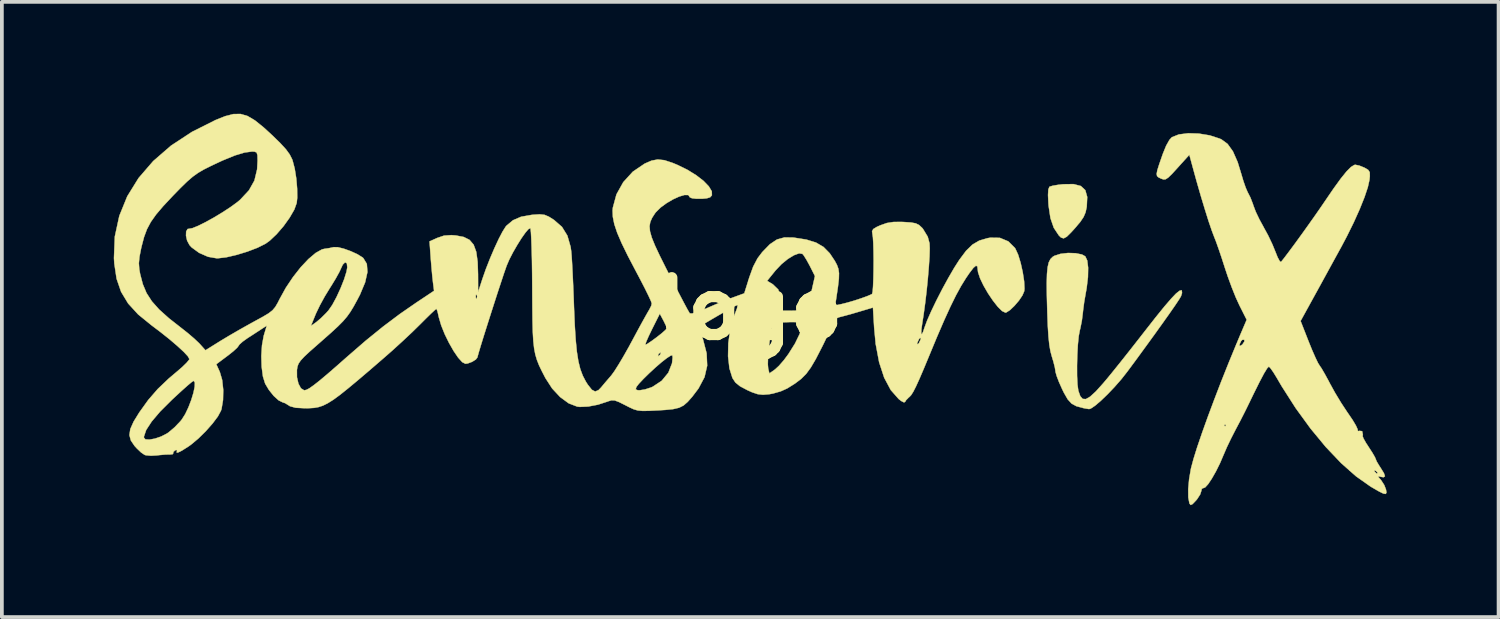
<source format=kicad_pcb>
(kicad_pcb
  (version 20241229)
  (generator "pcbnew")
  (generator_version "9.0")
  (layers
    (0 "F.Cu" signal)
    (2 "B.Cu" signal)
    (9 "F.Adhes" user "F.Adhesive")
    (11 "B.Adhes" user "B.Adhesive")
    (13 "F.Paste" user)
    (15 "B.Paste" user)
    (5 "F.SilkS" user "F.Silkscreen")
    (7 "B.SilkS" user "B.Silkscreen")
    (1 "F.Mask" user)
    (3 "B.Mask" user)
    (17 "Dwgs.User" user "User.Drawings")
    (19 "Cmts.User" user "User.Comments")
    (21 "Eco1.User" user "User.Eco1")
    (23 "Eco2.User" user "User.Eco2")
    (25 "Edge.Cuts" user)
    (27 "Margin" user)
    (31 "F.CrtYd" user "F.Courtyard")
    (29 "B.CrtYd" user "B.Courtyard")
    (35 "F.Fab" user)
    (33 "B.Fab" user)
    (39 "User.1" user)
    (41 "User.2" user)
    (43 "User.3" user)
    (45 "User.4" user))
  (footprint "logo"
    (layer "F.Cu")
    (at 17.063 5.228)
    (property "Reference" "logo" (at 0 0 0) (layer "F.SilkS") (effects (font (size 1.524 1.524) (thickness 0.3))))
    (attr through_hole)
    (fp_poly (pts (xy 8.859 -3.292) (xy 8.979 -3.18) (xy 9.03 -2.999) (xy 9.018 -2.744) (xy 9.015 -2.722) (xy 8.986 -2.587) (xy 8.934 -2.464) (xy 8.844 -2.33) (xy 8.703 -2.163) (xy 8.603 -2.053) (xy 8.482 -1.933) (xy 8.398 -1.888) (xy 8.326 -1.912) (xy 8.269 -1.968) (xy 8.134 -2.172) (xy 8.045 -2.43) (xy 7.995 -2.762) (xy 7.991 -2.815) (xy 7.98 -3.049) (xy 7.988 -3.196) (xy 8.015 -3.268) (xy 8.023 -3.274) (xy 8.104 -3.299) (xy 8.251 -3.324) (xy 8.384 -3.339) (xy 8.663 -3.343) (xy 8.859 -3.292)) (stroke (width 0.01) (type solid)) (fill yes) (layer "F.SilkS"))
    (fp_poly (pts (xy 8.72 -1.49) (xy 8.889 -1.456) (xy 8.979 -1.406) (xy 9.031 -1.294) (xy 9.055 -1.102) (xy 9.05 -0.85) (xy 9.015 -0.557) (xy 8.986 -0.395) (xy 8.949 -0.182) (xy 8.92 0.041) (xy 8.912 0.117) (xy 8.886 0.321) (xy 8.845 0.526) (xy 8.832 0.575) (xy 8.802 0.735) (xy 8.779 0.966) (xy 8.764 1.238) (xy 8.757 1.525) (xy 8.758 1.797) (xy 8.769 2.027) (xy 8.791 2.188) (xy 8.794 2.2) (xy 8.843 2.339) (xy 8.907 2.414) (xy 8.994 2.42) (xy 9.109 2.354) (xy 9.263 2.213) (xy 9.461 1.993) (xy 9.588 1.842) (xy 9.74 1.655) (xy 9.936 1.411) (xy 10.158 1.131) (xy 10.388 0.838) (xy 10.586 0.584) (xy 10.869 0.223) (xy 11.098 -0.06) (xy 11.278 -0.269) (xy 11.411 -0.409) (xy 11.503 -0.483) (xy 11.557 -0.497) (xy 11.565 -0.492) (xy 11.572 -0.425) (xy 11.544 -0.338) (xy 11.495 -0.255) (xy 11.392 -0.1) (xy 11.242 0.116) (xy 11.051 0.385) (xy 10.828 0.696) (xy 10.578 1.04) (xy 10.31 1.407) (xy 10.109 1.678) (xy 9.945 1.887) (xy 9.761 2.097) (xy 9.572 2.295) (xy 9.393 2.467) (xy 9.239 2.598) (xy 9.125 2.674) (xy 9.079 2.687) (xy 8.979 2.671) (xy 8.915 2.658) (xy 8.738 2.609) (xy 8.61 2.539) (xy 8.507 2.426) (xy 8.405 2.248) (xy 8.358 2.151) (xy 8.274 1.963) (xy 8.211 1.798) (xy 8.18 1.688) (xy 8.179 1.673) (xy 8.163 1.571) (xy 8.123 1.413) (xy 8.083 1.281) (xy 8.045 1.14) (xy 8.015 0.968) (xy 7.992 0.748) (xy 7.974 0.462) (xy 7.96 0.094) (xy 7.959 0.051) (xy 7.948 -0.363) (xy 7.945 -0.688) (xy 7.952 -0.935) (xy 7.97 -1.117) (xy 8 -1.246) (xy 8.045 -1.334) (xy 8.106 -1.394) (xy 8.153 -1.422) (xy 8.317 -1.474) (xy 8.517 -1.497) (xy 8.72 -1.49)) (stroke (width 0.01) (type solid)) (fill yes) (layer "F.SilkS"))
    (fp_poly (pts (xy 12.023 -4.697) (xy 12.314 -4.649) (xy 12.582 -4.562) (xy 12.628 -4.541) (xy 12.792 -4.421) (xy 12.936 -4.221) (xy 13.062 -3.935) (xy 13.155 -3.632) (xy 13.216 -3.426) (xy 13.279 -3.246) (xy 13.332 -3.124) (xy 13.341 -3.108) (xy 13.404 -2.985) (xy 13.468 -2.82) (xy 13.487 -2.762) (xy 13.548 -2.602) (xy 13.644 -2.4) (xy 13.754 -2.199) (xy 13.756 -2.194) (xy 13.877 -1.973) (xy 13.993 -1.73) (xy 14.073 -1.534) (xy 14.135 -1.38) (xy 14.189 -1.28) (xy 14.223 -1.254) (xy 14.224 -1.255) (xy 14.308 -1.36) (xy 14.437 -1.531) (xy 14.599 -1.749) (xy 14.779 -1.997) (xy 14.965 -2.257) (xy 15.144 -2.51) (xy 15.303 -2.739) (xy 15.392 -2.87) (xy 15.632 -3.221) (xy 15.826 -3.489) (xy 15.981 -3.681) (xy 16.1 -3.801) (xy 16.189 -3.856) (xy 16.218 -3.861) (xy 16.327 -3.838) (xy 16.462 -3.783) (xy 16.468 -3.78) (xy 16.562 -3.724) (xy 16.603 -3.661) (xy 16.606 -3.555) (xy 16.596 -3.457) (xy 16.552 -3.26) (xy 16.463 -2.993) (xy 16.335 -2.674) (xy 16.176 -2.32) (xy 15.993 -1.949) (xy 15.849 -1.676) (xy 15.716 -1.434) (xy 15.552 -1.135) (xy 15.376 -0.813) (xy 15.205 -0.501) (xy 15.154 -0.409) (xy 14.75 0.326) (xy 14.967 0.88) (xy 15.059 1.107) (xy 15.146 1.305) (xy 15.216 1.45) (xy 15.257 1.517) (xy 15.313 1.599) (xy 15.398 1.745) (xy 15.499 1.93) (xy 15.539 2.007) (xy 15.672 2.248) (xy 15.835 2.518) (xy 15.998 2.766) (xy 16.028 2.809) (xy 16.147 2.984) (xy 16.234 3.131) (xy 16.278 3.228) (xy 16.28 3.253) (xy 16.291 3.279) (xy 16.33 3.271) (xy 16.399 3.28) (xy 16.419 3.371) (xy 16.414 3.418) (xy 16.437 3.477) (xy 16.503 3.594) (xy 16.586 3.722) (xy 16.679 3.866) (xy 16.743 3.978) (xy 16.764 4.028) (xy 16.79 4.092) (xy 16.857 4.204) (xy 16.891 4.256) (xy 16.984 4.406) (xy 17.011 4.489) (xy 16.973 4.515) (xy 16.911 4.505) (xy 16.838 4.489) (xy 16.838 4.512) (xy 16.904 4.588) (xy 16.993 4.725) (xy 17.039 4.845) (xy 17.052 4.926) (xy 17.032 4.962) (xy 16.968 4.952) (xy 16.846 4.892) (xy 16.653 4.78) (xy 16.62 4.76) (xy 16.237 4.49) (xy 16.059 4.333) (xy 16.721 4.333) (xy 16.734 4.361) (xy 16.785 4.415) (xy 16.814 4.404) (xy 16.815 4.397) (xy 16.779 4.354) (xy 16.756 4.339) (xy 16.721 4.333) (xy 16.059 4.333) (xy 15.835 4.134) (xy 15.425 3.703) (xy 15.016 3.208) (xy 14.618 2.661) (xy 14.242 2.073) (xy 14.114 1.854) (xy 14.021 1.702) (xy 13.944 1.593) (xy 13.899 1.549) (xy 13.898 1.549) (xy 13.853 1.595) (xy 13.769 1.733) (xy 13.647 1.964) (xy 13.486 2.288) (xy 13.364 2.54) (xy 13.259 2.754) (xy 13.131 3.005) (xy 13.007 3.239) (xy 13.001 3.251) (xy 12.887 3.473) (xy 12.776 3.704) (xy 12.692 3.899) (xy 12.684 3.917) (xy 12.588 4.142) (xy 12.48 4.359) (xy 12.37 4.552) (xy 12.271 4.7) (xy 12.192 4.787) (xy 12.154 4.801) (xy 12.102 4.822) (xy 12.09 4.878) (xy 12.058 4.976) (xy 11.977 5.101) (xy 11.946 5.138) (xy 11.854 5.234) (xy 11.803 5.258) (xy 11.772 5.219) (xy 11.769 5.211) (xy 11.74 5.055) (xy 11.738 4.83) (xy 11.762 4.565) (xy 11.81 4.286) (xy 11.817 4.257) (xy 11.88 4.023) (xy 11.978 3.709) (xy 12.107 3.331) (xy 12.181 3.124) (xy 12.7 3.124) (xy 12.725 3.15) (xy 12.751 3.124) (xy 12.725 3.099) (xy 12.7 3.124) (xy 12.181 3.124) (xy 12.261 2.901) (xy 12.436 2.433) (xy 12.625 1.941) (xy 12.825 1.44) (xy 13.022 0.961) (xy 13.11 0.961) (xy 13.122 0.998) (xy 13.184 0.96) (xy 13.192 0.952) (xy 13.244 0.873) (xy 13.24 0.828) (xy 13.187 0.831) (xy 13.155 0.865) (xy 13.11 0.961) (xy 13.022 0.961) (xy 13.03 0.943) (xy 13.124 0.718) (xy 13.305 0.293) (xy 13.109 -0.096) (xy 13.012 -0.308) (xy 12.903 -0.58) (xy 12.796 -0.872) (xy 12.722 -1.094) (xy 12.639 -1.352) (xy 12.556 -1.598) (xy 12.483 -1.803) (xy 12.433 -1.93) (xy 12.369 -2.099) (xy 12.284 -2.348) (xy 12.186 -2.661) (xy 12.077 -3.021) (xy 11.965 -3.41) (xy 11.884 -3.703) (xy 11.768 -4.129) (xy 11.453 -3.78) (xy 11.304 -3.617) (xy 11.203 -3.519) (xy 11.133 -3.473) (xy 11.073 -3.468) (xy 11.006 -3.492) (xy 11.002 -3.494) (xy 10.939 -3.525) (xy 10.902 -3.56) (xy 10.892 -3.618) (xy 10.91 -3.716) (xy 10.959 -3.871) (xy 11.039 -4.102) (xy 11.058 -4.156) (xy 11.146 -4.372) (xy 11.235 -4.53) (xy 11.3 -4.6) (xy 11.487 -4.674) (xy 11.738 -4.706) (xy 12.023 -4.697)) (stroke (width 0.01) (type solid)) (fill yes) (layer "F.SilkS"))
    (fp_poly (pts (xy -13.477 -5.168) (xy -13.277 -5.049) (xy -13.045 -4.862) (xy -12.819 -4.655) (xy -12.602 -4.443) (xy -12.449 -4.277) (xy -12.348 -4.138) (xy -12.283 -4.01) (xy -12.27 -3.975) (xy -12.213 -3.758) (xy -12.171 -3.493) (xy -12.148 -3.218) (xy -12.146 -2.972) (xy -12.16 -2.838) (xy -12.224 -2.66) (xy -12.349 -2.444) (xy -12.513 -2.215) (xy -12.698 -2.001) (xy -12.883 -1.826) (xy -12.996 -1.745) (xy -13.212 -1.637) (xy -13.482 -1.534) (xy -13.771 -1.446) (xy -14.045 -1.382) (xy -14.269 -1.355) (xy -14.3 -1.354) (xy -14.536 -1.395) (xy -14.777 -1.501) (xy -14.978 -1.648) (xy -15.034 -1.71) (xy -15.097 -1.828) (xy -15.127 -1.959) (xy -15.123 -2.073) (xy -15.084 -2.14) (xy -15.047 -2.145) (xy -14.955 -2.162) (xy -14.8 -2.225) (xy -14.601 -2.324) (xy -14.377 -2.448) (xy -14.149 -2.586) (xy -13.935 -2.726) (xy -13.755 -2.857) (xy -13.674 -2.925) (xy -13.44 -3.176) (xy -13.293 -3.438) (xy -13.221 -3.738) (xy -13.208 -3.972) (xy -13.212 -4.118) (xy -13.234 -4.19) (xy -13.291 -4.214) (xy -13.359 -4.216) (xy -13.556 -4.19) (xy -13.818 -4.111) (xy -14.15 -3.975) (xy -14.462 -3.829) (xy -14.651 -3.734) (xy -14.806 -3.643) (xy -14.948 -3.541) (xy -15.097 -3.412) (xy -15.275 -3.239) (xy -15.482 -3.026) (xy -15.737 -2.754) (xy -15.929 -2.528) (xy -16.07 -2.329) (xy -16.174 -2.134) (xy -16.252 -1.924) (xy -16.317 -1.676) (xy -16.331 -1.616) (xy -16.375 -1.392) (xy -16.391 -1.222) (xy -16.38 -1.063) (xy -16.356 -0.931) (xy -16.285 -0.66) (xy -16.185 -0.422) (xy -16.043 -0.202) (xy -15.847 0.018) (xy -15.585 0.253) (xy -15.265 0.504) (xy -15.08 0.65) (xy -14.908 0.797) (xy -14.779 0.919) (xy -14.757 0.942) (xy -14.605 1.111) (xy -14.199 0.858) (xy -13.971 0.721) (xy -13.697 0.562) (xy -13.419 0.406) (xy -13.284 0.332) (xy -13.063 0.211) (xy -12.911 0.12) (xy -12.808 0.039) (xy -12.734 -0.049) (xy -12.667 -0.163) (xy -12.617 -0.263) (xy -12.451 -0.564) (xy -12.258 -0.852) (xy -12.052 -1.114) (xy -11.845 -1.334) (xy -11.651 -1.498) (xy -11.483 -1.592) (xy -11.422 -1.607) (xy -11.278 -1.629) (xy -11.168 -1.653) (xy -11.061 -1.652) (xy -10.898 -1.612) (xy -10.712 -1.545) (xy -10.534 -1.464) (xy -10.399 -1.38) (xy -10.375 -1.36) (xy -10.28 -1.204) (xy -10.264 -0.986) (xy -10.326 -0.709) (xy -10.465 -0.377) (xy -10.539 -0.236) (xy -10.636 -0.059) (xy -10.723 0.084) (xy -10.813 0.21) (xy -10.919 0.334) (xy -11.055 0.471) (xy -11.236 0.638) (xy -11.474 0.848) (xy -11.593 0.953) (xy -11.808 1.142) (xy -11.957 1.281) (xy -12.054 1.386) (xy -12.111 1.47) (xy -12.14 1.55) (xy -12.154 1.639) (xy -12.153 1.833) (xy -12.114 2.005) (xy -12.046 2.131) (xy -11.96 2.184) (xy -11.953 2.184) (xy -11.897 2.171) (xy -11.816 2.128) (xy -11.702 2.047) (xy -11.545 1.924) (xy -11.338 1.75) (xy -11.072 1.519) (xy -10.814 1.291) (xy -10.31 0.854) (xy -9.845 0.477) (xy -9.395 0.139) (xy -8.951 -0.168) (xy -8.701 -0.334) (xy -7.362 -0.334) (xy -7.353 -0.269) (xy -7.335 -0.268) (xy -7.323 -0.336) (xy -7.331 -0.365) (xy -7.354 -0.384) (xy -7.362 -0.334) (xy -8.701 -0.334) (xy -8.478 -0.483) (xy -8.507 -0.711) (xy -8.525 -0.873) (xy -8.545 -1.093) (xy -8.565 -1.33) (xy -8.568 -1.374) (xy -8.599 -1.807) (xy -8.39 -1.901) (xy -8.21 -1.962) (xy -8.015 -1.975) (xy -7.895 -1.966) (xy -7.684 -1.926) (xy -7.527 -1.848) (xy -7.417 -1.719) (xy -7.347 -1.527) (xy -7.31 -1.26) (xy -7.299 -0.926) (xy -7.297 -0.447) (xy -7.184 -0.795) (xy -7.09 -1.063) (xy -6.979 -1.346) (xy -6.861 -1.622) (xy -6.745 -1.872) (xy -6.64 -2.073) (xy -6.557 -2.204) (xy -6.54 -2.225) (xy -6.362 -2.374) (xy -6.144 -2.468) (xy -5.86 -2.518) (xy -5.828 -2.521) (xy -5.645 -2.533) (xy -5.517 -2.519) (xy -5.401 -2.47) (xy -5.263 -2.383) (xy -5.049 -2.196) (xy -4.904 -1.961) (xy -4.818 -1.661) (xy -4.802 -1.549) (xy -4.791 -1.427) (xy -4.778 -1.221) (xy -4.764 -0.948) (xy -4.749 -0.628) (xy -4.735 -0.276) (xy -4.727 -0.051) (xy -4.707 0.431) (xy -4.682 0.825) (xy -4.651 1.145) (xy -4.61 1.404) (xy -4.558 1.616) (xy -4.491 1.794) (xy -4.409 1.951) (xy -4.357 2.033) (xy -4.248 2.17) (xy -4.158 2.217) (xy -4.068 2.178) (xy -4.05 2.159) (xy -3.073 2.159) (xy -3.02 2.182) (xy -2.961 2.183) (xy -2.824 2.161) (xy -2.659 2.107) (xy -2.616 2.088) (xy -2.376 1.929) (xy -2.198 1.713) (xy -2.099 1.46) (xy -2.083 1.31) (xy -2.089 1.252) (xy -2.124 1.248) (xy -2.21 1.302) (xy -2.248 1.328) (xy -2.38 1.431) (xy -2.542 1.571) (xy -2.712 1.728) (xy -2.869 1.882) (xy -2.99 2.011) (xy -3.055 2.095) (xy -3.073 2.159) (xy -4.05 2.159) (xy -4 2.107) (xy -3.895 1.981) (xy -3.766 1.831) (xy -3.724 1.782) (xy -3.644 1.672) (xy -3.53 1.492) (xy -3.396 1.267) (xy -2.477 1.267) (xy -2.47 1.27) (xy -2.423 1.234) (xy -2.413 1.219) (xy -2.4 1.172) (xy -2.407 1.168) (xy -2.453 1.204) (xy -2.464 1.219) (xy -2.477 1.267) (xy -3.396 1.267) (xy -3.394 1.263) (xy -3.249 1.006) (xy -3.221 0.953) (xy -2.814 0.953) (xy -2.812 0.965) (xy -2.757 0.937) (xy -2.646 0.862) (xy -2.507 0.76) (xy -2.37 0.652) (xy -2.273 0.565) (xy -2.237 0.519) (xy -2.261 0.454) (xy -2.316 0.34) (xy -2.333 0.307) (xy -2.427 0.131) (xy -2.636 0.548) (xy -2.724 0.73) (xy -2.786 0.871) (xy -2.814 0.953) (xy -3.221 0.953) (xy -3.171 0.861) (xy -3.034 0.606) (xy -2.909 0.376) (xy -2.806 0.191) (xy -2.735 0.066) (xy -2.711 0.027) (xy -2.656 -0.081) (xy -2.642 -0.144) (xy -2.665 -0.21) (xy -2.729 -0.349) (xy -2.826 -0.546) (xy -2.949 -0.784) (xy -3.069 -1.011) (xy -3.285 -1.423) (xy -3.45 -1.761) (xy -3.569 -2.039) (xy -3.646 -2.269) (xy -3.685 -2.463) (xy -3.692 -2.634) (xy -3.685 -2.712) (xy -3.589 -3.067) (xy -3.406 -3.395) (xy -3.15 -3.676) (xy -2.835 -3.89) (xy -2.834 -3.891) (xy -2.648 -3.972) (xy -2.482 -4.003) (xy -2.305 -3.984) (xy -2.088 -3.913) (xy -1.964 -3.862) (xy -1.691 -3.729) (xy -1.451 -3.581) (xy -1.254 -3.429) (xy -1.112 -3.281) (xy -1.033 -3.149) (xy -1.03 -3.043) (xy -1.077 -2.99) (xy -1.165 -2.963) (xy -1.299 -2.95) (xy -1.443 -2.95) (xy -1.563 -2.964) (xy -1.624 -2.99) (xy -1.626 -2.997) (xy -1.663 -3.05) (xy -1.763 -3.052) (xy -1.906 -3.01) (xy -2.073 -2.934) (xy -2.245 -2.833) (xy -2.404 -2.717) (xy -2.529 -2.593) (xy -2.558 -2.556) (xy -2.633 -2.439) (xy -2.682 -2.329) (xy -2.702 -2.214) (xy -2.69 -2.079) (xy -2.643 -1.911) (xy -2.557 -1.699) (xy -2.43 -1.428) (xy -2.259 -1.085) (xy -2.185 -0.94) (xy -2.033 -0.644) (xy -1.894 -0.378) (xy -1.777 -0.155) (xy -1.688 0.011) (xy -1.633 0.106) (xy -1.622 0.122) (xy -1.557 0.125) (xy -1.42 0.086) (xy -1.23 0.011) (xy -1.183 -0.009) (xy -0.949 -0.111) (xy -0.701 -0.214) (xy -0.491 -0.295) (xy -0.474 -0.301) (xy -0.162 -0.415) (xy -0.057 -0.75) (xy 0.45 -0.75) (xy 0.605 -0.656) (xy 0.749 -0.517) (xy 0.804 -0.331) (xy 0.774 -0.122) (xy 0.721 0.051) (xy 1.095 0.051) (xy 1.298 0.046) (xy 1.422 0.03) (xy 1.49 -0.004) (xy 1.516 -0.038) (xy 1.55 -0.13) (xy 1.595 -0.288) (xy 1.642 -0.481) (xy 1.647 -0.503) (xy 1.732 -0.878) (xy 1.594 -1.152) (xy 1.51 -1.306) (xy 1.436 -1.425) (xy 1.397 -1.473) (xy 1.307 -1.487) (xy 1.17 -1.437) (xy 1.006 -1.337) (xy 0.836 -1.198) (xy 0.68 -1.034) (xy 0.671 -1.023) (xy 0.45 -0.75) (xy -0.057 -0.75) (xy -0.028 -0.843) (xy 0.076 -1.13) (xy 0.193 -1.353) (xy 0.319 -1.52) (xy 0.523 -1.73) (xy 0.714 -1.858) (xy 0.916 -1.914) (xy 1.154 -1.91) (xy 1.163 -1.909) (xy 1.501 -1.856) (xy 1.76 -1.776) (xy 1.962 -1.658) (xy 2.128 -1.489) (xy 2.263 -1.287) (xy 2.322 -1.177) (xy 2.36 -1.073) (xy 2.377 -0.956) (xy 2.373 -0.803) (xy 2.349 -0.594) (xy 2.307 -0.308) (xy 2.304 -0.287) (xy 2.274 -0.091) (xy 2.445 -0.127) (xy 2.6 -0.166) (xy 2.786 -0.22) (xy 2.974 -0.282) (xy 3.135 -0.34) (xy 3.241 -0.386) (xy 3.264 -0.4) (xy 3.279 -0.463) (xy 3.29 -0.606) (xy 3.298 -0.806) (xy 3.303 -1.043) (xy 3.305 -1.294) (xy 3.302 -1.537) (xy 3.296 -1.752) (xy 3.286 -1.916) (xy 3.274 -1.998) (xy 3.263 -2.08) (xy 3.295 -2.138) (xy 3.389 -2.195) (xy 3.487 -2.239) (xy 3.66 -2.3) (xy 3.837 -2.328) (xy 4.063 -2.329) (xy 4.107 -2.327) (xy 4.306 -2.314) (xy 4.433 -2.291) (xy 4.522 -2.247) (xy 4.603 -2.172) (xy 4.624 -2.148) (xy 4.755 -1.933) (xy 4.803 -1.756) (xy 4.809 -1.622) (xy 4.803 -1.407) (xy 4.785 -1.133) (xy 4.759 -0.819) (xy 4.726 -0.487) (xy 4.687 -0.156) (xy 4.645 0.153) (xy 4.615 0.345) (xy 4.586 0.541) (xy 4.581 0.655) (xy 4.596 0.683) (xy 4.63 0.618) (xy 4.67 0.5) (xy 4.739 0.314) (xy 4.849 0.065) (xy 4.988 -0.224) (xy 5.145 -0.53) (xy 5.308 -0.828) (xy 5.464 -1.097) (xy 5.601 -1.311) (xy 5.784 -1.556) (xy 5.955 -1.722) (xy 6.138 -1.829) (xy 6.355 -1.893) (xy 6.43 -1.906) (xy 6.689 -1.902) (xy 6.915 -1.808) (xy 7.091 -1.633) (xy 7.106 -1.61) (xy 7.179 -1.45) (xy 7.247 -1.227) (xy 7.302 -0.979) (xy 7.339 -0.738) (xy 7.348 -0.541) (xy 7.342 -0.474) (xy 7.294 -0.361) (xy 7.199 -0.22) (xy 7.079 -0.08) (xy 6.959 0.035) (xy 6.861 0.097) (xy 6.837 0.102) (xy 6.748 0.059) (xy 6.632 -0.056) (xy 6.502 -0.222) (xy 6.37 -0.418) (xy 6.251 -0.624) (xy 6.158 -0.818) (xy 6.104 -0.98) (xy 6.096 -1.046) (xy 6.085 -1.137) (xy 6.048 -1.156) (xy 5.979 -1.098) (xy 5.871 -0.957) (xy 5.777 -0.819) (xy 5.649 -0.612) (xy 5.512 -0.362) (xy 5.363 -0.059) (xy 5.195 0.309) (xy 5.004 0.751) (xy 4.799 1.245) (xy 4.65 1.604) (xy 4.532 1.879) (xy 4.44 2.081) (xy 4.368 2.222) (xy 4.311 2.312) (xy 4.264 2.363) (xy 4.25 2.372) (xy 4.173 2.451) (xy 4.158 2.482) (xy 4.122 2.51) (xy 4.042 2.469) (xy 3.977 2.418) (xy 3.764 2.176) (xy 3.588 1.846) (xy 3.453 1.434) (xy 3.361 0.947) (xy 3.36 0.94) (xy 4.472 0.94) (xy 4.493 0.949) (xy 4.521 0.914) (xy 4.564 0.822) (xy 4.57 0.787) (xy 4.549 0.778) (xy 4.521 0.813) (xy 4.478 0.905) (xy 4.472 0.94) (xy 3.36 0.94) (xy 3.319 0.504) (xy 3.287 -0.034) (xy 2.901 0.081) (xy 2.697 0.141) (xy 2.513 0.191) (xy 2.386 0.224) (xy 2.375 0.226) (xy 2.274 0.27) (xy 2.235 0.326) (xy 2.213 0.395) (xy 2.153 0.536) (xy 2.063 0.731) (xy 1.952 0.961) (xy 1.906 1.052) (xy 1.753 1.349) (xy 1.622 1.572) (xy 1.497 1.743) (xy 1.36 1.88) (xy 1.194 2.005) (xy 0.991 2.132) (xy 0.816 2.211) (xy 0.606 2.271) (xy 0.508 2.289) (xy 0.339 2.303) (xy 0.201 2.288) (xy 0.05 2.238) (xy -0.083 2.178) (xy -0.277 2.075) (xy -0.4 1.975) (xy -0.479 1.855) (xy -0.48 1.853) (xy -0.561 1.594) (xy -0.572 1.491) (xy 0.469 1.491) (xy 0.479 1.605) (xy 0.511 1.732) (xy 0.663 1.624) (xy 0.769 1.526) (xy 0.9 1.375) (xy 1.021 1.212) (xy 1.198 0.93) (xy 1.321 0.676) (xy 1.394 0.47) (xy 1.407 0.412) (xy 1.389 0.378) (xy 1.319 0.361) (xy 1.179 0.356) (xy 1.051 0.356) (xy 0.817 0.364) (xy 0.672 0.391) (xy 0.613 0.427) (xy 0.58 0.512) (xy 0.547 0.67) (xy 0.516 0.874) (xy 0.49 1.098) (xy 0.474 1.313) (xy 0.469 1.491) (xy -0.572 1.491) (xy -0.597 1.273) (xy -0.59 0.92) (xy -0.541 0.562) (xy -0.451 0.23) (xy -0.405 0.114) (xy -0.357 -0.012) (xy -0.341 -0.09) (xy -0.348 -0.102) (xy -0.401 -0.078) (xy -0.518 -0.015) (xy -0.679 0.075) (xy -0.861 0.179) (xy -1.043 0.285) (xy -1.201 0.379) (xy -1.315 0.449) (xy -1.361 0.481) (xy -1.354 0.533) (xy -1.321 0.654) (xy -1.269 0.817) (xy -1.172 1.192) (xy -1.157 1.524) (xy -1.228 1.831) (xy -1.389 2.134) (xy -1.557 2.356) (xy -1.68 2.495) (xy -1.789 2.59) (xy -1.91 2.651) (xy -2.066 2.688) (xy -2.282 2.71) (xy -2.476 2.722) (xy -2.721 2.734) (xy -2.892 2.736) (xy -3.018 2.724) (xy -3.125 2.693) (xy -3.243 2.639) (xy -3.348 2.585) (xy -3.52 2.499) (xy -3.633 2.456) (xy -3.72 2.452) (xy -3.809 2.478) (xy -3.826 2.485) (xy -4.084 2.569) (xy -4.346 2.619) (xy -4.574 2.629) (xy -4.643 2.62) (xy -4.869 2.533) (xy -5.098 2.365) (xy -5.313 2.134) (xy -5.492 1.857) (xy -5.497 1.848) (xy -5.588 1.671) (xy -5.662 1.518) (xy -5.719 1.374) (xy -5.763 1.227) (xy -5.795 1.062) (xy -5.817 0.865) (xy -5.831 0.624) (xy -5.839 0.323) (xy -5.843 -0.05) (xy -5.846 -0.51) (xy -5.846 -0.557) (xy -5.849 -0.947) (xy -5.854 -1.304) (xy -5.862 -1.615) (xy -5.871 -1.868) (xy -5.881 -2.049) (xy -5.892 -2.148) (xy -5.897 -2.162) (xy -5.947 -2.137) (xy -6.03 -2.041) (xy -6.135 -1.892) (xy -6.249 -1.71) (xy -6.362 -1.514) (xy -6.461 -1.322) (xy -6.533 -1.155) (xy -6.539 -1.137) (xy -6.603 -0.953) (xy -6.682 -0.714) (xy -6.774 -0.436) (xy -6.871 -0.135) (xy -6.97 0.174) (xy -7.066 0.475) (xy -7.153 0.751) (xy -7.226 0.988) (xy -7.28 1.168) (xy -7.31 1.277) (xy -7.315 1.3) (xy -7.358 1.358) (xy -7.457 1.42) (xy -7.574 1.464) (xy -7.637 1.473) (xy -7.723 1.429) (xy -7.832 1.308) (xy -7.954 1.129) (xy -8.077 0.913) (xy -8.192 0.679) (xy -8.286 0.445) (xy -8.349 0.231) (xy -8.358 0.19) (xy -8.386 0.068) (xy -8.412 0.003) (xy -8.417 0) (xy -8.459 0.034) (xy -8.558 0.126) (xy -8.698 0.263) (xy -8.855 0.42) (xy -9.065 0.626) (xy -9.32 0.865) (xy -9.584 1.106) (xy -9.8 1.296) (xy -10.191 1.634) (xy -10.515 1.91) (xy -10.782 2.132) (xy -10.999 2.306) (xy -11.178 2.437) (xy -11.328 2.531) (xy -11.457 2.595) (xy -11.575 2.634) (xy -11.692 2.655) (xy -11.817 2.663) (xy -11.943 2.665) (xy -12.187 2.652) (xy -12.34 2.611) (xy -12.367 2.593) (xy -12.472 2.528) (xy -12.534 2.508) (xy -12.645 2.453) (xy -12.777 2.333) (xy -12.906 2.172) (xy -13.005 2.006) (xy -13.065 1.813) (xy -13.099 1.555) (xy -13.108 1.265) (xy -13.09 0.977) (xy -13.044 0.724) (xy -13.034 0.691) (xy -12.965 0.46) (xy -11.78 0.46) (xy -11.633 0.355) (xy -11.512 0.253) (xy -11.372 0.114) (xy -11.307 0.042) (xy -11.205 -0.106) (xy -11.092 -0.315) (xy -10.982 -0.555) (xy -10.888 -0.792) (xy -10.824 -0.998) (xy -10.804 -1.112) (xy -10.816 -1.222) (xy -10.863 -1.246) (xy -10.924 -1.186) (xy -10.962 -1.106) (xy -11.017 -0.987) (xy -11.112 -0.815) (xy -11.23 -0.621) (xy -11.274 -0.552) (xy -11.409 -0.331) (xy -11.538 -0.095) (xy -11.637 0.111) (xy -11.653 0.147) (xy -11.78 0.46) (xy -12.965 0.46) (xy -12.962 0.451) (xy -13.098 0.539) (xy -13.219 0.618) (xy -13.38 0.723) (xy -13.474 0.783) (xy -13.606 0.877) (xy -13.694 0.956) (xy -13.717 0.991) (xy -13.757 1.044) (xy -13.858 1.137) (xy -14 1.25) (xy -14.018 1.263) (xy -14.315 1.485) (xy -14.22 1.695) (xy -14.158 1.907) (xy -14.129 2.172) (xy -14.135 2.446) (xy -14.175 2.685) (xy -14.191 2.732) (xy -14.273 2.885) (xy -14.416 3.075) (xy -14.597 3.28) (xy -14.796 3.476) (xy -14.992 3.64) (xy -15.059 3.688) (xy -15.239 3.802) (xy -15.348 3.855) (xy -15.382 3.846) (xy -15.367 3.811) (xy -15.376 3.782) (xy -15.415 3.791) (xy -15.469 3.838) (xy -15.466 3.866) (xy -15.485 3.897) (xy -15.555 3.904) (xy -15.678 3.906) (xy -15.845 3.921) (xy -15.9 3.928) (xy -16.065 3.938) (xy -16.203 3.925) (xy -16.236 3.915) (xy -16.332 3.85) (xy -16.451 3.736) (xy -16.506 3.675) (xy -16.605 3.529) (xy -16.626 3.452) (xy -16.256 3.452) (xy -16.215 3.499) (xy -16.107 3.506) (xy -15.959 3.479) (xy -15.794 3.423) (xy -15.639 3.343) (xy -15.596 3.314) (xy -15.433 3.176) (xy -15.279 3.015) (xy -15.238 2.964) (xy -15.147 2.82) (xy -15.061 2.639) (xy -14.986 2.443) (xy -14.928 2.252) (xy -14.894 2.089) (xy -14.89 1.975) (xy -14.923 1.93) (xy -14.925 1.93) (xy -14.974 1.963) (xy -15.083 2.054) (xy -15.237 2.191) (xy -15.421 2.361) (xy -15.504 2.438) (xy -15.819 2.752) (xy -16.049 3.023) (xy -16.195 3.248) (xy -16.255 3.425) (xy -16.256 3.452) (xy -16.626 3.452) (xy -16.644 3.384) (xy -16.62 3.223) (xy -16.532 3.025) (xy -16.381 2.78) (xy -16.139 2.443) (xy -15.885 2.15) (xy -15.589 1.868) (xy -15.388 1.698) (xy -15.231 1.563) (xy -15.111 1.446) (xy -15.044 1.365) (xy -15.037 1.346) (xy -15.076 1.274) (xy -15.186 1.155) (xy -15.355 0.999) (xy -15.569 0.816) (xy -15.818 0.618) (xy -16.051 0.442) (xy -16.41 0.15) (xy -16.678 -0.143) (xy -16.867 -0.456) (xy -16.988 -0.807) (xy -17.049 -1.215) (xy -17.058 -1.36) (xy -17.035 -1.938) (xy -16.915 -2.491) (xy -16.702 -3.015) (xy -16.398 -3.506) (xy -16.006 -3.96) (xy -15.529 -4.374) (xy -14.969 -4.742) (xy -14.338 -5.059) (xy -14.076 -5.164) (xy -13.857 -5.22) (xy -13.664 -5.223) (xy -13.477 -5.168)) (stroke (width 0.01) (type solid)) (fill yes) (layer "F.SilkS")))
  (gr_rect
    (start -3 -3)
    (end 37.12 13.491)
    (stroke (width 0.1) (type default))
    (fill no)
    (layer "Edge.Cuts")))
</source>
